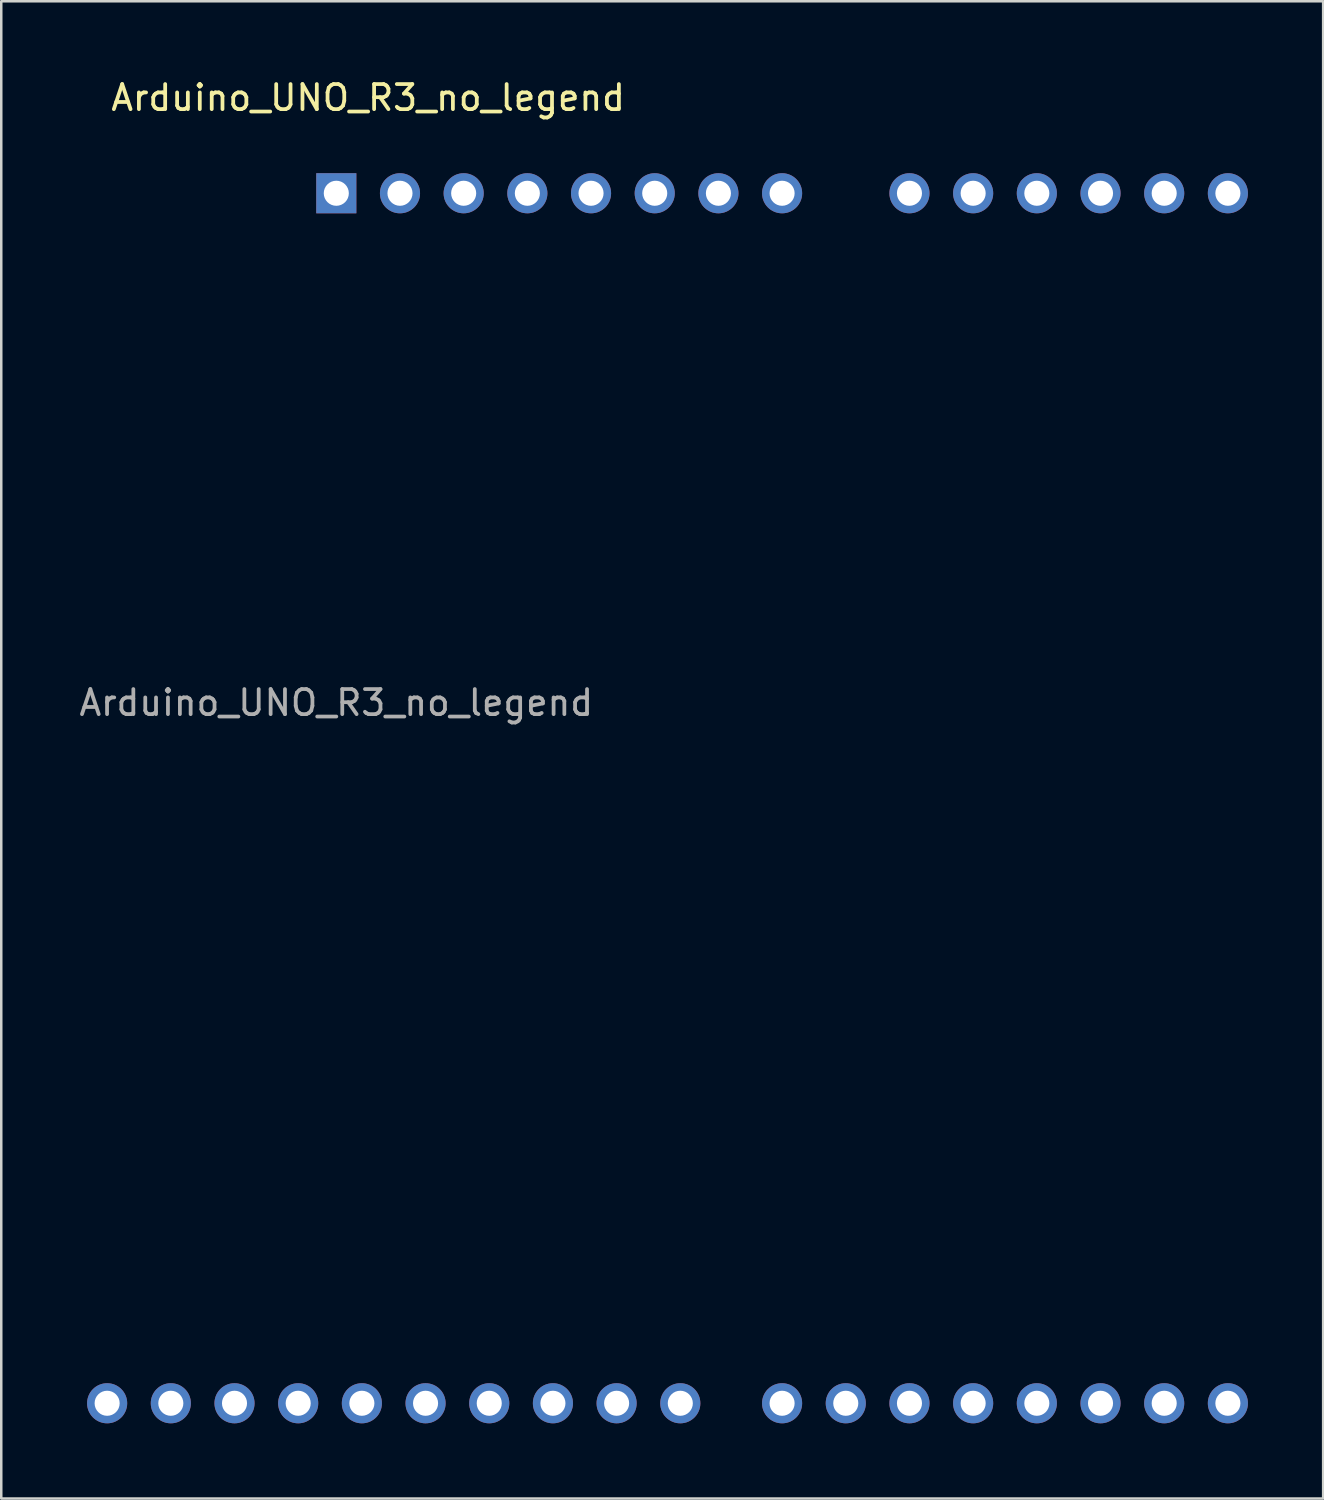
<source format=kicad_pcb>
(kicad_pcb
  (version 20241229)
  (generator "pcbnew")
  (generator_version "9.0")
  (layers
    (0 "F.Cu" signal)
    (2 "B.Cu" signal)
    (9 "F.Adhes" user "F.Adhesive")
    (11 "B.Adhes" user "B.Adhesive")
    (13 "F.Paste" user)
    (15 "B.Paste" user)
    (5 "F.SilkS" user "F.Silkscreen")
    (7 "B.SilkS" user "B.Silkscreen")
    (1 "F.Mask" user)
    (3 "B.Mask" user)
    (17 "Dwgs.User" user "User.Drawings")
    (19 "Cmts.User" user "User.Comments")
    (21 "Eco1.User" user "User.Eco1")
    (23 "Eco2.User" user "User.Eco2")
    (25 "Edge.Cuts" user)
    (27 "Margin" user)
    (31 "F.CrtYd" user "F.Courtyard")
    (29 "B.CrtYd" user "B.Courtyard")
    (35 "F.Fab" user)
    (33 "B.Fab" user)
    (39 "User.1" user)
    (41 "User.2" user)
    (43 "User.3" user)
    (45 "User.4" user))
  (footprint "Arduino_UNO_R3_no_legend"
    (layer "F.Cu")
    (at 10.363 4.658)
    (property "Reference" "Arduino_UNO_R3_no_legend" (at 1.27 -3.81 180) (layer "F.SilkS") (effects (font (size 1 1) (thickness 0.15))))
    (attr through_hole)
    (fp_text user "${REFERENCE}" (at 0 20.32 180) (layer "F.Fab") (effects (font (size 1 1) (thickness 0.15))))
    (pad "1" thru_hole rect (at 0 0 90) (size 1.6 1.6) (drill 1) (layers "*.Cu" "*.Mask"))
    (pad "2" thru_hole oval (at 2.54 0 90) (size 1.6 1.6) (drill 1) (layers "*.Cu" "*.Mask"))
    (pad "3" thru_hole oval (at 5.08 0 90) (size 1.6 1.6) (drill 1) (layers "*.Cu" "*.Mask"))
    (pad "4" thru_hole oval (at 7.62 0 90) (size 1.6 1.6) (drill 1) (layers "*.Cu" "*.Mask"))
    (pad "5" thru_hole oval (at 10.16 0 90) (size 1.6 1.6) (drill 1) (layers "*.Cu" "*.Mask"))
    (pad "6" thru_hole oval (at 12.7 0 90) (size 1.6 1.6) (drill 1) (layers "*.Cu" "*.Mask"))
    (pad "7" thru_hole oval (at 15.24 0 90) (size 1.6 1.6) (drill 1) (layers "*.Cu" "*.Mask"))
    (pad "8" thru_hole oval (at 17.78 0 90) (size 1.6 1.6) (drill 1) (layers "*.Cu" "*.Mask"))
    (pad "9" thru_hole oval (at 22.86 0 90) (size 1.6 1.6) (drill 1) (layers "*.Cu" "*.Mask"))
    (pad "10" thru_hole oval (at 25.4 0 90) (size 1.6 1.6) (drill 1) (layers "*.Cu" "*.Mask"))
    (pad "11" thru_hole oval (at 27.94 0 90) (size 1.6 1.6) (drill 1) (layers "*.Cu" "*.Mask"))
    (pad "12" thru_hole oval (at 30.48 0 90) (size 1.6 1.6) (drill 1) (layers "*.Cu" "*.Mask"))
    (pad "13" thru_hole oval (at 33.02 0 90) (size 1.6 1.6) (drill 1) (layers "*.Cu" "*.Mask"))
    (pad "14" thru_hole oval (at 35.56 0 90) (size 1.6 1.6) (drill 1) (layers "*.Cu" "*.Mask"))
    (pad "15" thru_hole oval (at 35.56 48.26 90) (size 1.6 1.6) (drill 1) (layers "*.Cu" "*.Mask"))
    (pad "16" thru_hole oval (at 33.02 48.26 90) (size 1.6 1.6) (drill 1) (layers "*.Cu" "*.Mask"))
    (pad "17" thru_hole oval (at 30.48 48.26 90) (size 1.6 1.6) (drill 1) (layers "*.Cu" "*.Mask"))
    (pad "18" thru_hole oval (at 27.94 48.26 90) (size 1.6 1.6) (drill 1) (layers "*.Cu" "*.Mask"))
    (pad "19" thru_hole oval (at 25.4 48.26 90) (size 1.6 1.6) (drill 1) (layers "*.Cu" "*.Mask"))
    (pad "20" thru_hole oval (at 22.86 48.26 90) (size 1.6 1.6) (drill 1) (layers "*.Cu" "*.Mask"))
    (pad "21" thru_hole oval (at 20.32 48.26 90) (size 1.6 1.6) (drill 1) (layers "*.Cu" "*.Mask"))
    (pad "22" thru_hole oval (at 17.78 48.26 90) (size 1.6 1.6) (drill 1) (layers "*.Cu" "*.Mask"))
    (pad "23" thru_hole oval (at 13.72 48.26 90) (size 1.6 1.6) (drill 1) (layers "*.Cu" "*.Mask"))
    (pad "24" thru_hole oval (at 11.18 48.26 90) (size 1.6 1.6) (drill 1) (layers "*.Cu" "*.Mask"))
    (pad "25" thru_hole oval (at 8.64 48.26 90) (size 1.6 1.6) (drill 1) (layers "*.Cu" "*.Mask"))
    (pad "26" thru_hole oval (at 6.1 48.26 90) (size 1.6 1.6) (drill 1) (layers "*.Cu" "*.Mask"))
    (pad "27" thru_hole oval (at 3.56 48.26 90) (size 1.6 1.6) (drill 1) (layers "*.Cu" "*.Mask"))
    (pad "28" thru_hole oval (at 1.02 48.26 90) (size 1.6 1.6) (drill 1) (layers "*.Cu" "*.Mask"))
    (pad "29" thru_hole oval (at -1.52 48.26 90) (size 1.6 1.6) (drill 1) (layers "*.Cu" "*.Mask"))
    (pad "30" thru_hole oval (at -4.06 48.26 90) (size 1.6 1.6) (drill 1) (layers "*.Cu" "*.Mask"))
    (pad "31" thru_hole oval (at -6.6 48.26 90) (size 1.6 1.6) (drill 1) (layers "*.Cu" "*.Mask"))
    (pad "32" thru_hole oval (at -9.14 48.26 90) (size 1.6 1.6) (drill 1) (layers "*.Cu" "*.Mask")))
  (gr_rect
    (start -3 -3)
    (end 49.723 56.718)
    (stroke (width 0.1) (type default))
    (fill no)
    (layer "Edge.Cuts")))
</source>
